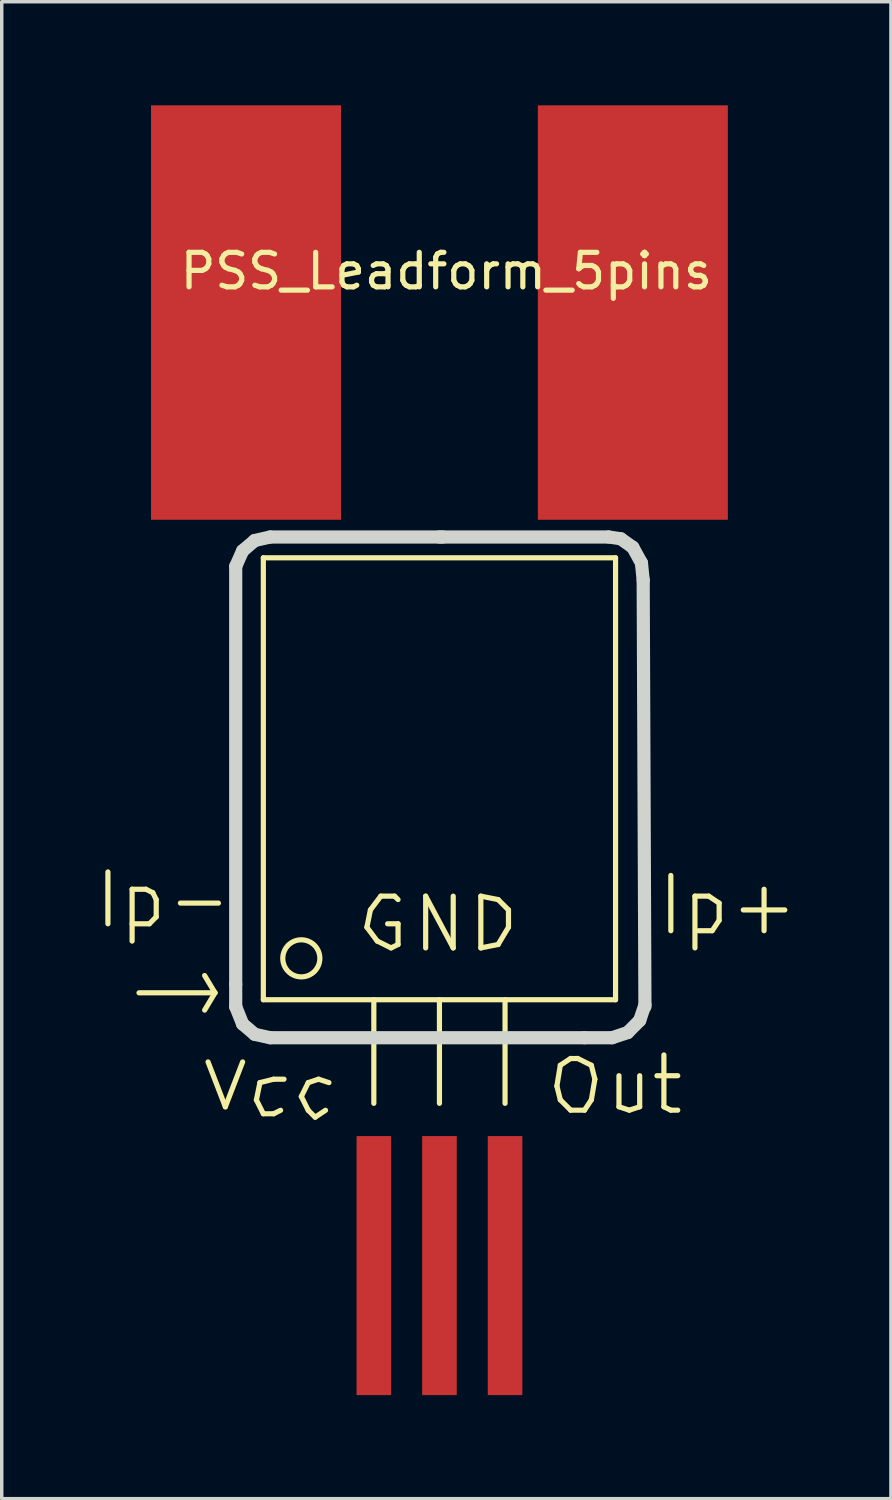
<source format=kicad_pcb>
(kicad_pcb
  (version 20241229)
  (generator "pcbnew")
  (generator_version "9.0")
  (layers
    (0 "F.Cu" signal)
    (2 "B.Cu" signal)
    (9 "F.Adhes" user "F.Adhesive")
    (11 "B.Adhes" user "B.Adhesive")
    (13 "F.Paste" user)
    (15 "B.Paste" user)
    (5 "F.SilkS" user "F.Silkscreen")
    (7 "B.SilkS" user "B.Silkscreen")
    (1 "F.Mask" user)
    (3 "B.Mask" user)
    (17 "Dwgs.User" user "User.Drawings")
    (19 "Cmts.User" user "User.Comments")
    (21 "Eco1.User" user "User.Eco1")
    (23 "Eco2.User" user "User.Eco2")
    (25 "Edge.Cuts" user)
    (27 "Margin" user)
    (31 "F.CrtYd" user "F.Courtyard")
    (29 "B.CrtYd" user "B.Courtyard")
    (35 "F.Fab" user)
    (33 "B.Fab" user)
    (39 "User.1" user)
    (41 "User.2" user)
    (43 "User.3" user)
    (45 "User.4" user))
  (footprint "PSS_Leadform_5pins"
    (layer "F.Cu")
    (at 9.676 19.702)
    (property "Reference" "PSS_Leadform_5pins" (at 0.201 -14.9 0) (layer "F.SilkS") (effects (font (size 1 1) (thickness 0.15))))
    (attr through_hole)
    (fp_line (start -9.601 2.499) (end -9.601 4) (stroke (width 0.15) (type solid)) (layer "F.SilkS"))
    (fp_line (start -8.9 3) (end -8.9 4.501) (stroke (width 0.15) (type solid)) (layer "F.SilkS"))
    (fp_line (start -8.9 3) (end -8.501 3) (stroke (width 0.15) (type solid)) (layer "F.SilkS"))
    (fp_line (start -8.501 3) (end -8.301 3.099) (stroke (width 0.15) (type solid)) (layer "F.SilkS"))
    (fp_line (start -8.4 4) (end -8.9 4) (stroke (width 0.15) (type solid)) (layer "F.SilkS"))
    (fp_line (start -8.301 3.099) (end -8.202 3.299) (stroke (width 0.15) (type solid)) (layer "F.SilkS"))
    (fp_line (start -8.202 3.299) (end -8.202 3.8) (stroke (width 0.15) (type solid)) (layer "F.SilkS"))
    (fp_line (start -8.202 3.8) (end -8.4 4) (stroke (width 0.15) (type solid)) (layer "F.SilkS"))
    (fp_line (start -6.701 8.001) (end -6.2 9.301) (stroke (width 0.15) (type solid)) (layer "F.SilkS"))
    (fp_line (start -6.5 5.999) (end -8.7 5.999) (stroke (width 0.15) (type solid)) (layer "F.SilkS"))
    (fp_line (start -6.5 5.999) (end -6.8 5.499) (stroke (width 0.15) (type solid)) (layer "F.SilkS"))
    (fp_line (start -6.5 5.999) (end -6.8 6.5) (stroke (width 0.15) (type solid)) (layer "F.SilkS"))
    (fp_line (start -6.401 3.401) (end -7.501 3.401) (stroke (width 0.15) (type solid)) (layer "F.SilkS"))
    (fp_line (start -6.2 9.301) (end -5.7 8.001) (stroke (width 0.15) (type solid)) (layer "F.SilkS"))
    (fp_line (start -5.301 9.101) (end -5.1 9.502) (stroke (width 0.15) (type solid)) (layer "F.SilkS"))
    (fp_line (start -5.199 8.6) (end -5.301 9.101) (stroke (width 0.15) (type solid)) (layer "F.SilkS"))
    (fp_line (start -5.1 -6.599) (end 5.1 -6.599) (stroke (width 0.15) (type solid)) (layer "F.SilkS"))
    (fp_line (start -5.1 6.2) (end -5.1 -6.599) (stroke (width 0.15) (type solid)) (layer "F.SilkS"))
    (fp_line (start -5.1 9.502) (end -4.801 9.502) (stroke (width 0.15) (type solid)) (layer "F.SilkS"))
    (fp_line (start -4.801 8.501) (end -5.199 8.6) (stroke (width 0.15) (type solid)) (layer "F.SilkS"))
    (fp_line (start -4.801 9.502) (end -4.6 9.401) (stroke (width 0.15) (type solid)) (layer "F.SilkS"))
    (fp_line (start -4.501 8.501) (end -4.801 8.501) (stroke (width 0.15) (type solid)) (layer "F.SilkS"))
    (fp_line (start -4 9.002) (end -3.8 9.401) (stroke (width 0.15) (type solid)) (layer "F.SilkS"))
    (fp_line (start -3.8 8.6) (end -4 9.002) (stroke (width 0.15) (type solid)) (layer "F.SilkS"))
    (fp_line (start -3.8 9.401) (end -3.599 9.601) (stroke (width 0.15) (type solid)) (layer "F.SilkS"))
    (fp_line (start -3.599 9.601) (end -3.299 9.401) (stroke (width 0.15) (type solid)) (layer "F.SilkS"))
    (fp_line (start -3.5 8.501) (end -3.8 8.6) (stroke (width 0.15) (type solid)) (layer "F.SilkS"))
    (fp_line (start -3.2 8.6) (end -3.5 8.501) (stroke (width 0.15) (type solid)) (layer "F.SilkS"))
    (fp_line (start -2.101 4.1) (end -1.801 4.501) (stroke (width 0.15) (type solid)) (layer "F.SilkS"))
    (fp_line (start -1.999 3.599) (end -2.101 4.1) (stroke (width 0.15) (type solid)) (layer "F.SilkS"))
    (fp_line (start -1.9 6.2) (end -1.9 9.2) (stroke (width 0.15) (type solid)) (layer "F.SilkS"))
    (fp_line (start -1.801 4.501) (end -1.4 4.699) (stroke (width 0.15) (type solid)) (layer "F.SilkS"))
    (fp_line (start -1.699 3.2) (end -1.999 3.599) (stroke (width 0.15) (type solid)) (layer "F.SilkS"))
    (fp_line (start -1.4 4.699) (end -1.199 4.6) (stroke (width 0.15) (type solid)) (layer "F.SilkS"))
    (fp_line (start -1.3 3.2) (end -1.699 3.2) (stroke (width 0.15) (type solid)) (layer "F.SilkS"))
    (fp_line (start -1.199 3.299) (end -1.3 3.2) (stroke (width 0.15) (type solid)) (layer "F.SilkS"))
    (fp_line (start -1.199 4) (end -1.501 4) (stroke (width 0.15) (type solid)) (layer "F.SilkS"))
    (fp_line (start -1.199 4.6) (end -1.199 4) (stroke (width 0.15) (type solid)) (layer "F.SilkS"))
    (fp_line (start -0.399 3.2) (end 0.399 4.699) (stroke (width 0.15) (type solid)) (layer "F.SilkS"))
    (fp_line (start -0.399 4.699) (end -0.399 3.2) (stroke (width 0.15) (type solid)) (layer "F.SilkS"))
    (fp_line (start 0 6.2) (end 0 9.2) (stroke (width 0.15) (type solid)) (layer "F.SilkS"))
    (fp_line (start 0.399 4.699) (end 0.399 3.2) (stroke (width 0.15) (type solid)) (layer "F.SilkS"))
    (fp_line (start 1.199 3.2) (end 1.199 4.699) (stroke (width 0.15) (type solid)) (layer "F.SilkS"))
    (fp_line (start 1.199 4.699) (end 1.699 4.6) (stroke (width 0.15) (type solid)) (layer "F.SilkS"))
    (fp_line (start 1.699 3.299) (end 1.199 3.2) (stroke (width 0.15) (type solid)) (layer "F.SilkS"))
    (fp_line (start 1.699 4.6) (end 1.999 4.1) (stroke (width 0.15) (type solid)) (layer "F.SilkS"))
    (fp_line (start 1.9 6.2) (end 1.9 9.2) (stroke (width 0.15) (type solid)) (layer "F.SilkS"))
    (fp_line (start 1.999 3.599) (end 1.699 3.299) (stroke (width 0.15) (type solid)) (layer "F.SilkS"))
    (fp_line (start 1.999 4.1) (end 1.999 3.599) (stroke (width 0.15) (type solid)) (layer "F.SilkS"))
    (fp_line (start 3.401 8.7) (end 3.5 9.098) (stroke (width 0.15) (type solid)) (layer "F.SilkS"))
    (fp_line (start 3.5 8.098) (end 3.401 8.7) (stroke (width 0.15) (type solid)) (layer "F.SilkS"))
    (fp_line (start 3.5 9.098) (end 3.8 9.398) (stroke (width 0.15) (type solid)) (layer "F.SilkS"))
    (fp_line (start 3.8 7.899) (end 3.5 8.098) (stroke (width 0.15) (type solid)) (layer "F.SilkS"))
    (fp_line (start 3.8 9.398) (end 4.201 9.398) (stroke (width 0.15) (type solid)) (layer "F.SilkS"))
    (fp_line (start 4 7.902) (end 3.8 7.902) (stroke (width 0.15) (type solid)) (layer "F.SilkS"))
    (fp_line (start 4.201 9.398) (end 4.399 9.098) (stroke (width 0.15) (type solid)) (layer "F.SilkS"))
    (fp_line (start 4.399 8.098) (end 4 7.899) (stroke (width 0.15) (type solid)) (layer "F.SilkS"))
    (fp_line (start 4.399 9.098) (end 4.501 8.499) (stroke (width 0.15) (type solid)) (layer "F.SilkS"))
    (fp_line (start 4.501 8.499) (end 4.399 8.098) (stroke (width 0.15) (type solid)) (layer "F.SilkS"))
    (fp_line (start 5.1 -6.599) (end 5.1 6.2) (stroke (width 0.15) (type solid)) (layer "F.SilkS"))
    (fp_line (start 5.1 6.2) (end -5.1 6.2) (stroke (width 0.15) (type solid)) (layer "F.SilkS"))
    (fp_line (start 5.199 8.4) (end 5.199 9.299) (stroke (width 0.15) (type solid)) (layer "F.SilkS"))
    (fp_line (start 5.199 9.299) (end 5.499 9.398) (stroke (width 0.15) (type solid)) (layer "F.SilkS"))
    (fp_line (start 5.499 9.398) (end 5.799 9.299) (stroke (width 0.15) (type solid)) (layer "F.SilkS"))
    (fp_line (start 5.799 9.299) (end 5.799 8.4) (stroke (width 0.15) (type solid)) (layer "F.SilkS"))
    (fp_line (start 6.5 7.798) (end 6.5 9.299) (stroke (width 0.15) (type solid)) (layer "F.SilkS"))
    (fp_line (start 6.5 9.299) (end 6.701 9.398) (stroke (width 0.15) (type solid)) (layer "F.SilkS"))
    (fp_line (start 6.701 2.601) (end 6.701 4.201) (stroke (width 0.15) (type solid)) (layer "F.SilkS"))
    (fp_line (start 6.701 9.398) (end 6.901 9.398) (stroke (width 0.15) (type solid)) (layer "F.SilkS"))
    (fp_line (start 6.901 8.4) (end 6.299 8.4) (stroke (width 0.15) (type solid)) (layer "F.SilkS"))
    (fp_line (start 7.399 3.2) (end 7.399 4.699) (stroke (width 0.15) (type solid)) (layer "F.SilkS"))
    (fp_line (start 7.399 3.2) (end 7.8 3.2) (stroke (width 0.15) (type solid)) (layer "F.SilkS"))
    (fp_line (start 7.8 3.2) (end 8.1 3.401) (stroke (width 0.15) (type solid)) (layer "F.SilkS"))
    (fp_line (start 7.899 4.201) (end 7.501 4.201) (stroke (width 0.15) (type solid)) (layer "F.SilkS"))
    (fp_line (start 8.1 3.401) (end 8.1 3.899) (stroke (width 0.15) (type solid)) (layer "F.SilkS"))
    (fp_line (start 8.1 3.899) (end 7.899 4.201) (stroke (width 0.15) (type solid)) (layer "F.SilkS"))
    (fp_line (start 9.401 3) (end 9.401 4.201) (stroke (width 0.15) (type solid)) (layer "F.SilkS"))
    (fp_line (start 10 3.599) (end 8.799 3.599) (stroke (width 0.15) (type solid)) (layer "F.SilkS"))
    (fp_circle (center -4 5.001) (end -3.8 5.499) (stroke (width 0.15) (type solid)) (fill no) (layer "F.SilkS"))
    (fp_line (start -5.9 -6.35) (end -5.7 -6.8) (stroke (width 0.381) (type solid)) (layer "Edge.Cuts"))
    (fp_line (start -5.9 5.751) (end -5.9 -6.35) (stroke (width 0.381) (type solid)) (layer "Edge.Cuts"))
    (fp_line (start -5.9 6.401) (end -5.9 5.751) (stroke (width 0.381) (type solid)) (layer "Edge.Cuts"))
    (fp_line (start -5.7 -6.8) (end -5.349 -7.099) (stroke (width 0.381) (type solid)) (layer "Edge.Cuts"))
    (fp_line (start -5.7 6.901) (end -5.9 6.401) (stroke (width 0.381) (type solid)) (layer "Edge.Cuts"))
    (fp_line (start -5.349 -7.099) (end -4.9 -7.201) (stroke (width 0.381) (type solid)) (layer "Edge.Cuts"))
    (fp_line (start -5.349 7.201) (end -5.7 6.901) (stroke (width 0.381) (type solid)) (layer "Edge.Cuts"))
    (fp_line (start -4.9 -7.201) (end 0.099 -7.201) (stroke (width 0.381) (type solid)) (layer "Edge.Cuts"))
    (fp_line (start -4.9 7.3) (end -5.349 7.201) (stroke (width 0.381) (type solid)) (layer "Edge.Cuts"))
    (fp_line (start 0 -7.201) (end 4.9 -7.201) (stroke (width 0.381) (type solid)) (layer "Edge.Cuts"))
    (fp_line (start 4.201 7.3) (end -4.9 7.3) (stroke (width 0.381) (type solid)) (layer "Edge.Cuts"))
    (fp_line (start 4.9 -7.201) (end 5.25 -7.15) (stroke (width 0.381) (type solid)) (layer "Edge.Cuts"))
    (fp_line (start 5.001 7.3) (end 4.201 7.3) (stroke (width 0.381) (type solid)) (layer "Edge.Cuts"))
    (fp_line (start 5.25 -7.15) (end 5.601 -6.901) (stroke (width 0.381) (type solid)) (layer "Edge.Cuts"))
    (fp_line (start 5.451 7.15) (end 5.001 7.3) (stroke (width 0.381) (type solid)) (layer "Edge.Cuts"))
    (fp_line (start 5.601 -6.901) (end 5.85 -6.449) (stroke (width 0.381) (type solid)) (layer "Edge.Cuts"))
    (fp_line (start 5.799 6.8) (end 5.451 7.15) (stroke (width 0.381) (type solid)) (layer "Edge.Cuts"))
    (fp_line (start 5.85 -6.449) (end 5.9 -5.951) (stroke (width 0.381) (type solid)) (layer "Edge.Cuts"))
    (fp_line (start 5.9 -5.951) (end 5.951 6.401) (stroke (width 0.381) (type solid)) (layer "Edge.Cuts"))
    (fp_line (start 5.951 6.35) (end 5.799 6.8) (stroke (width 0.381) (type solid)) (layer "Edge.Cuts"))
    (pad "1" smd rect (at -1.9 13.899) (size 1.001 7.501) (layers "F.Cu" "F.Mask" "F.Paste"))
    (pad "2" smd rect (at 0 13.899) (size 1.001 7.501) (layers "F.Cu" "F.Mask" "F.Paste"))
    (pad "3" smd rect (at 1.9 13.899) (size 1.001 7.501) (layers "F.Cu" "F.Mask" "F.Paste"))
    (pad "4" smd rect (at 5.601 -13.701) (size 5.502 12.002) (layers "F.Cu" "F.Mask" "F.Paste"))
    (pad "5" smd rect (at -5.601 -13.701) (size 5.502 12.002) (layers "F.Cu" "F.Mask" "F.Paste")))
  (gr_rect
    (start -3 -3)
    (end 22.751 40.351)
    (stroke (width 0.1) (type default))
    (fill no)
    (layer "Edge.Cuts")))
</source>
